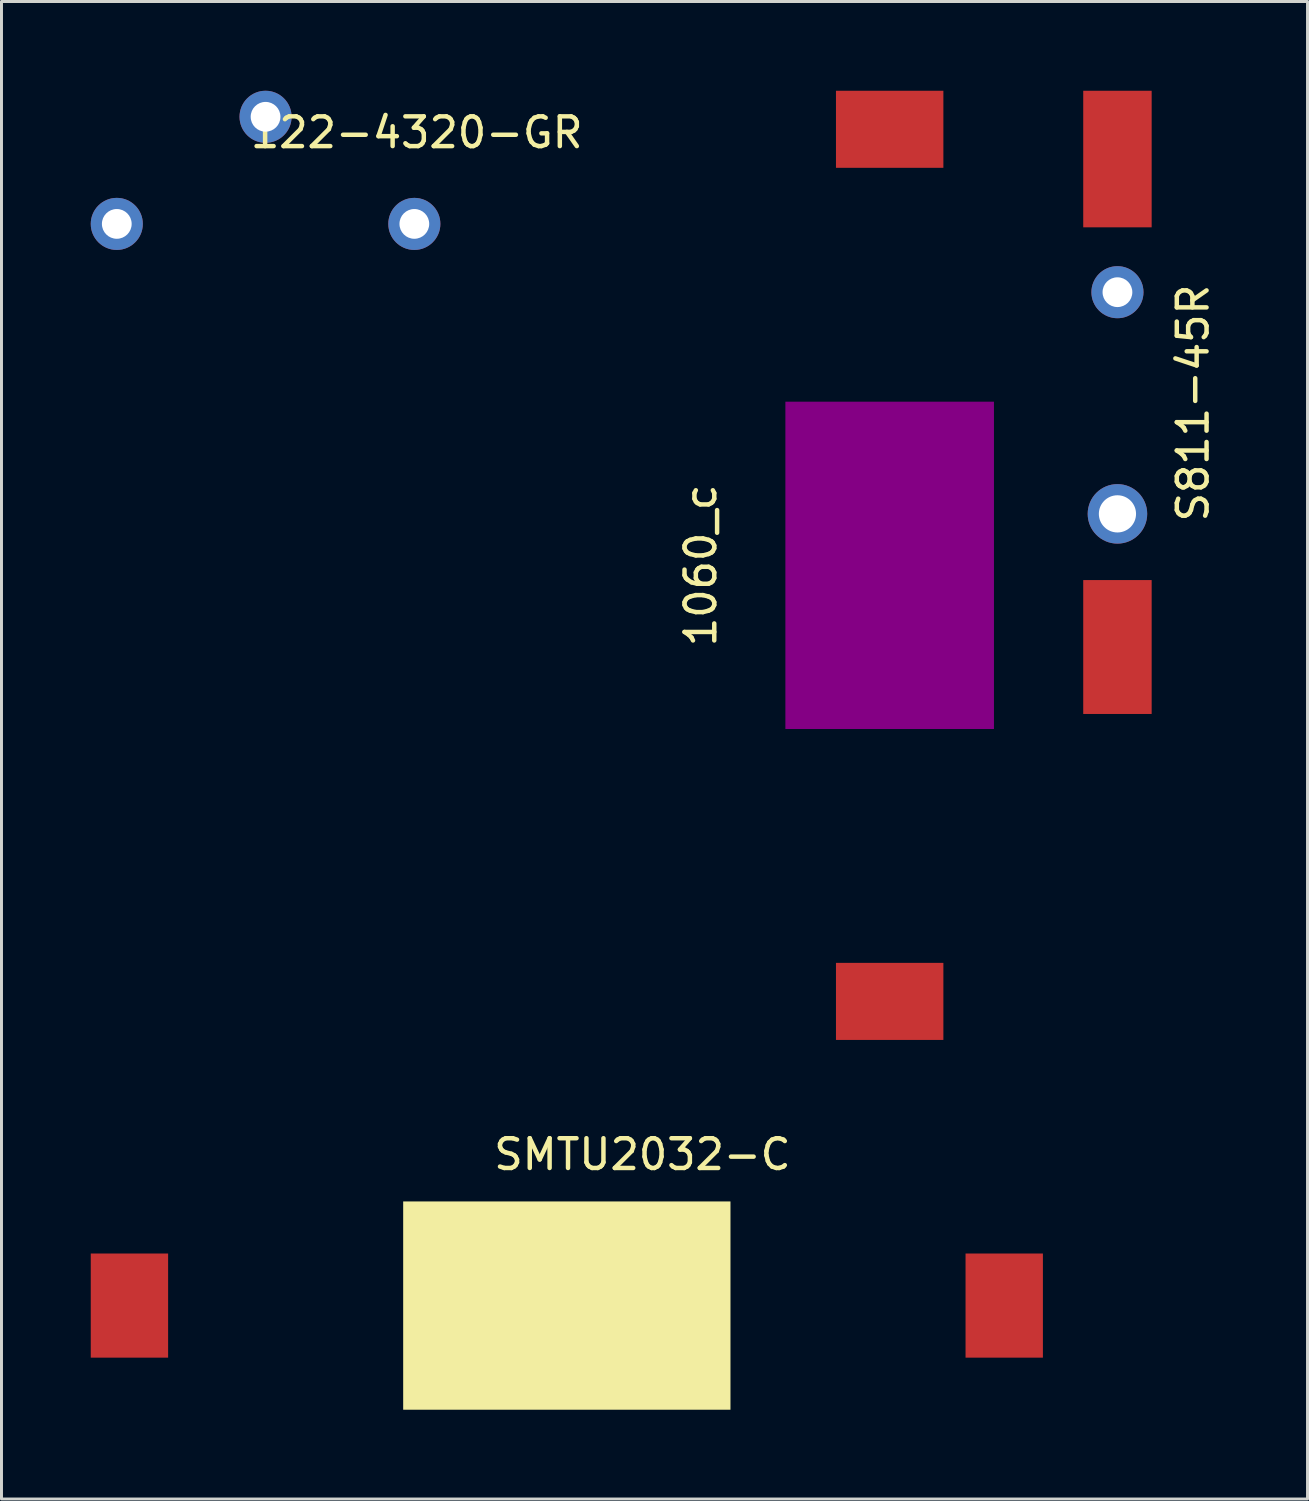
<source format=kicad_pcb>
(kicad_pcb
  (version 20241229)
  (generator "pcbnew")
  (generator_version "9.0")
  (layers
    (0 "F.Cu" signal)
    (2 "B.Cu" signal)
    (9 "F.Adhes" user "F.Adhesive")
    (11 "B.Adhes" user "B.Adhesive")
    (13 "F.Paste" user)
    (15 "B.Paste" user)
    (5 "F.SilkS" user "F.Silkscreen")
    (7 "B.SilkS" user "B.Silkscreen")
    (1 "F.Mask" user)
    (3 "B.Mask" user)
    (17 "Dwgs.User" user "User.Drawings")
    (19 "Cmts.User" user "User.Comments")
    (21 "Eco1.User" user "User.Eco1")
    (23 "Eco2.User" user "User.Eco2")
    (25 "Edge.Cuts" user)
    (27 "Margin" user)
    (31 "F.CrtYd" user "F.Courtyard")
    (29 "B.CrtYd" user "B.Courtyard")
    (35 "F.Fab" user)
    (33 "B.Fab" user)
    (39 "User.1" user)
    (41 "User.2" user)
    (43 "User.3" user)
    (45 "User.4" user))
  (footprint "SMTU2032-C"
    (layer "F.Cu")
    (at 16 40.828)
    (property "Reference" "SMTU2032-C" (at 2.54 -5.08 0) (layer "F.SilkS") (effects (font (size 1 1) (thickness 0.15))))
    (attr through_hole)
    (pad "" smd rect (at 0 0) (size 11 7) (layers "F.SilkS"))
    (pad "1" smd rect (at 14.7 0) (size 2.6 3.5) (layers "F.Cu" "F.Mask" "F.Paste"))
    (pad "2" smd rect (at -14.7 0) (size 2.6 3.5) (layers "F.Cu" "F.Mask" "F.Paste")))
  (footprint "S811-45R"
    (layer "F.Cu")
    (at 34.505 10.495)
    (property "Reference" "S811-45R" (at 2.54 0 90) (layer "F.SilkS") (effects (font (size 1 1) (thickness 0.15))))
    (attr through_hole)
    (pad "1" thru_hole circle (at 0 -3.725) (size 1.75 1.75) (drill 1) (layers "*.Cu" "*.Mask"))
    (pad "2" thru_hole circle (at 0 3.725) (size 2 2) (drill 1.25) (layers "*.Cu" "*.Mask"))
    (pad "3" smd rect (at 0 -8.2) (size 2.3 4.59) (layers "F.Cu" "F.Mask" "F.Paste"))
    (pad "4" smd rect (at 0 8.2) (size 2.3 4.5) (layers "F.Cu" "F.Mask" "F.Paste")))
  (footprint "1060_c"
    (layer "F.Cu")
    (at 26.85 15.95)
    (property "Reference" "1060_c" (at -6.35 0 90) (layer "F.SilkS") (effects (font (size 1 1) (thickness 0.15))))
    (attr through_hole)
    (pad "" smd rect (at 0 0) (size 7.01 11) (layers "F.Adhes"))
    (pad "1" smd rect (at 0 -14.655) (size 3.61 2.59) (layers "F.Cu" "F.Mask" "F.Paste"))
    (pad "3" smd rect (at 0 14.655 90) (size 2.59 3.61) (layers "F.Cu" "F.Mask" "F.Paste")))
  (footprint "122-4320-GR"
    (layer "F.Cu")
    (at 5.875 2.675)
    (property "Reference" "122-4320-GR" (at 5.08 -1.27 0) (layer "F.SilkS") (effects (font (size 1 1) (thickness 0.15))))
    (attr through_hole)
    (pad "1" thru_hole circle (at 5 1.8) (size 1.75 1.75) (drill 1) (layers "*.Cu" "F.Mask"))
    (pad "2" thru_hole circle (at -5 1.8) (size 1.75 1.75) (drill 1) (layers "*.Cu" "F.Mask"))
    (pad "3" thru_hole circle (at 0 -1.8) (size 1.75 1.75) (drill 1) (layers "*.Cu" "F.Mask")))
  (gr_rect
    (start -3 -3)
    (end 40.893 47.328)
    (stroke (width 0.1) (type default))
    (fill no)
    (layer "Edge.Cuts")))
</source>
